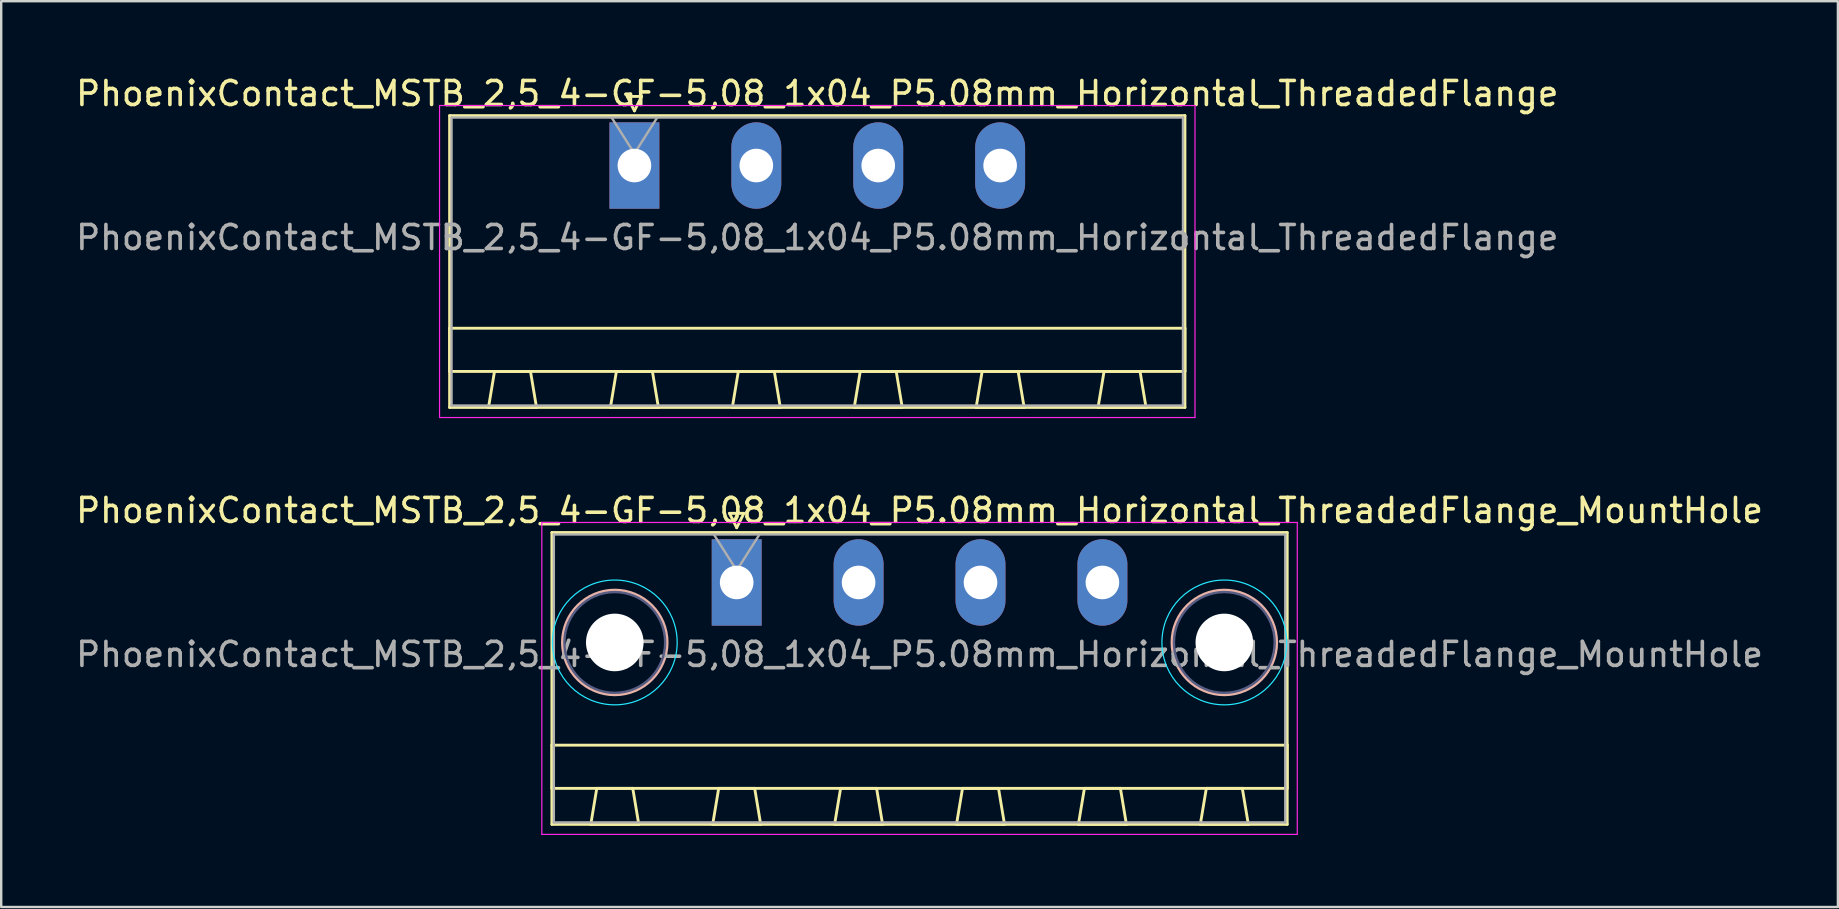
<source format=kicad_pcb>
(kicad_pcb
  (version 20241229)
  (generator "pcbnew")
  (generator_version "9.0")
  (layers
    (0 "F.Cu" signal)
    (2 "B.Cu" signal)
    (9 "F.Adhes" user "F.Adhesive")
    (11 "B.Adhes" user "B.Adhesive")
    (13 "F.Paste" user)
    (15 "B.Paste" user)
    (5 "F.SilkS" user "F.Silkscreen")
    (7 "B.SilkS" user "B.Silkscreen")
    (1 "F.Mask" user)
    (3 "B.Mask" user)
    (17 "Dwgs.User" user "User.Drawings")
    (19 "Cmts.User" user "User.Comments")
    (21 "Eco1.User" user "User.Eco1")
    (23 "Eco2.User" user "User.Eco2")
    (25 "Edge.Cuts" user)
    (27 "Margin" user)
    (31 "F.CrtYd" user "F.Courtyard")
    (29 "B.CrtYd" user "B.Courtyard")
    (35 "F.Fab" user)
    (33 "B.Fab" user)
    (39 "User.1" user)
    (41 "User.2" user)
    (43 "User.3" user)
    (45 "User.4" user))
  (footprint "PhoenixContact_MSTB_2,5_4-GF-5,08_1x04_P5.08mm_Horizontal_ThreadedFlange_MountHole"
    (layer "F.Cu")
    (at 27.648 21.221)
    (property "Reference" "PhoenixContact_MSTB_2,5_4-GF-5,08_1x04_P5.08mm_Horizontal_ThreadedFlange_MountHole" (at 7.62 -3 0) (layer "F.SilkS") (effects (font (size 1 1) (thickness 0.15))))
    (attr through_hole)
    (fp_line (start -7.7 -2.08) (end -7.7 10.08) (stroke (width 0.12) (type solid)) (layer "F.SilkS"))
    (fp_line (start -7.7 6.78) (end 22.94 6.78) (stroke (width 0.12) (type solid)) (layer "F.SilkS"))
    (fp_line (start -7.7 8.58) (end -7.7 6.78) (stroke (width 0.12) (type solid)) (layer "F.SilkS"))
    (fp_line (start -7.7 10.08) (end 22.94 10.08) (stroke (width 0.12) (type solid)) (layer "F.SilkS"))
    (fp_line (start -6.08 10.08) (end -4.08 10.08) (stroke (width 0.12) (type solid)) (layer "F.SilkS"))
    (fp_line (start -5.83 8.58) (end -6.08 10.08) (stroke (width 0.12) (type solid)) (layer "F.SilkS"))
    (fp_line (start -4.33 8.58) (end -5.83 8.58) (stroke (width 0.12) (type solid)) (layer "F.SilkS"))
    (fp_line (start -4.08 10.08) (end -4.33 8.58) (stroke (width 0.12) (type solid)) (layer "F.SilkS"))
    (fp_line (start -1 10.08) (end 1 10.08) (stroke (width 0.12) (type solid)) (layer "F.SilkS"))
    (fp_line (start -0.75 8.58) (end -1 10.08) (stroke (width 0.12) (type solid)) (layer "F.SilkS"))
    (fp_line (start -0.3 -2.88) (end 0.3 -2.88) (stroke (width 0.12) (type solid)) (layer "F.SilkS"))
    (fp_line (start 0 -2.28) (end -0.3 -2.88) (stroke (width 0.12) (type solid)) (layer "F.SilkS"))
    (fp_line (start 0.3 -2.88) (end 0 -2.28) (stroke (width 0.12) (type solid)) (layer "F.SilkS"))
    (fp_line (start 0.75 8.58) (end -0.75 8.58) (stroke (width 0.12) (type solid)) (layer "F.SilkS"))
    (fp_line (start 1 10.08) (end 0.75 8.58) (stroke (width 0.12) (type solid)) (layer "F.SilkS"))
    (fp_line (start 4.08 10.08) (end 6.08 10.08) (stroke (width 0.12) (type solid)) (layer "F.SilkS"))
    (fp_line (start 4.33 8.58) (end 4.08 10.08) (stroke (width 0.12) (type solid)) (layer "F.SilkS"))
    (fp_line (start 5.83 8.58) (end 4.33 8.58) (stroke (width 0.12) (type solid)) (layer "F.SilkS"))
    (fp_line (start 6.08 10.08) (end 5.83 8.58) (stroke (width 0.12) (type solid)) (layer "F.SilkS"))
    (fp_line (start 9.16 10.08) (end 11.16 10.08) (stroke (width 0.12) (type solid)) (layer "F.SilkS"))
    (fp_line (start 9.41 8.58) (end 9.16 10.08) (stroke (width 0.12) (type solid)) (layer "F.SilkS"))
    (fp_line (start 10.91 8.58) (end 9.41 8.58) (stroke (width 0.12) (type solid)) (layer "F.SilkS"))
    (fp_line (start 11.16 10.08) (end 10.91 8.58) (stroke (width 0.12) (type solid)) (layer "F.SilkS"))
    (fp_line (start 14.24 10.08) (end 16.24 10.08) (stroke (width 0.12) (type solid)) (layer "F.SilkS"))
    (fp_line (start 14.49 8.58) (end 14.24 10.08) (stroke (width 0.12) (type solid)) (layer "F.SilkS"))
    (fp_line (start 15.99 8.58) (end 14.49 8.58) (stroke (width 0.12) (type solid)) (layer "F.SilkS"))
    (fp_line (start 16.24 10.08) (end 15.99 8.58) (stroke (width 0.12) (type solid)) (layer "F.SilkS"))
    (fp_line (start 19.32 10.08) (end 21.32 10.08) (stroke (width 0.12) (type solid)) (layer "F.SilkS"))
    (fp_line (start 19.57 8.58) (end 19.32 10.08) (stroke (width 0.12) (type solid)) (layer "F.SilkS"))
    (fp_line (start 21.07 8.58) (end 19.57 8.58) (stroke (width 0.12) (type solid)) (layer "F.SilkS"))
    (fp_line (start 21.32 10.08) (end 21.07 8.58) (stroke (width 0.12) (type solid)) (layer "F.SilkS"))
    (fp_line (start 22.94 -2.08) (end -7.7 -2.08) (stroke (width 0.12) (type solid)) (layer "F.SilkS"))
    (fp_line (start 22.94 6.78) (end 22.94 8.58) (stroke (width 0.12) (type solid)) (layer "F.SilkS"))
    (fp_line (start 22.94 8.58) (end -7.7 8.58) (stroke (width 0.12) (type solid)) (layer "F.SilkS"))
    (fp_line (start 22.94 10.08) (end 22.94 -2.08) (stroke (width 0.12) (type solid)) (layer "F.SilkS"))
    (fp_circle (center -5.08 2.5) (end -2.9 2.5) (stroke (width 0.12) (type solid)) (fill no) (layer "B.SilkS"))
    (fp_circle (center 20.32 2.5) (end 22.5 2.5) (stroke (width 0.12) (type solid)) (fill no) (layer "B.SilkS"))
    (fp_circle (center -5.08 2.5) (end -2.48 2.5) (stroke (width 0.05) (type solid)) (fill no) (layer "B.CrtYd"))
    (fp_circle (center 20.32 2.5) (end 22.92 2.5) (stroke (width 0.05) (type solid)) (fill no) (layer "B.CrtYd"))
    (fp_line (start -8.12 -2.5) (end -8.12 10.5) (stroke (width 0.05) (type solid)) (layer "F.CrtYd"))
    (fp_line (start -8.12 10.5) (end 23.36 10.5) (stroke (width 0.05) (type solid)) (layer "F.CrtYd"))
    (fp_line (start 23.36 -2.5) (end -8.12 -2.5) (stroke (width 0.05) (type solid)) (layer "F.CrtYd"))
    (fp_line (start 23.36 10.5) (end 23.36 -2.5) (stroke (width 0.05) (type solid)) (layer "F.CrtYd"))
    (fp_circle (center -5.08 2.5) (end -2.98 2.5) (stroke (width 0.1) (type solid)) (fill no) (layer "B.Fab"))
    (fp_circle (center 20.32 2.5) (end 22.42 2.5) (stroke (width 0.1) (type solid)) (fill no) (layer "B.Fab"))
    (fp_line (start -7.62 -2) (end -7.62 10) (stroke (width 0.1) (type solid)) (layer "F.Fab"))
    (fp_line (start -7.62 10) (end 22.86 10) (stroke (width 0.1) (type solid)) (layer "F.Fab"))
    (fp_line (start 0 -0.5) (end -0.95 -2) (stroke (width 0.1) (type solid)) (layer "F.Fab"))
    (fp_line (start 0.95 -2) (end 0 -0.5) (stroke (width 0.1) (type solid)) (layer "F.Fab"))
    (fp_line (start 22.86 -2) (end -7.62 -2) (stroke (width 0.1) (type solid)) (layer "F.Fab"))
    (fp_line (start 22.86 10) (end 22.86 -2) (stroke (width 0.1) (type solid)) (layer "F.Fab"))
    (fp_text user "${REFERENCE}" (at 7.62 3 0) (layer "F.Fab") (effects (font (size 1 1) (thickness 0.15))))
    (pad "" np_thru_hole circle (at -5.08 2.5) (size 2.4 2.4) (drill 2.4) (layers "*.Cu" "*.Mask"))
    (pad "" np_thru_hole circle (at 20.32 2.5) (size 2.4 2.4) (drill 2.4) (layers "*.Cu" "*.Mask"))
    (pad "1" thru_hole rect (at 0 0) (size 2.08 3.6) (drill 1.4) (layers "*.Cu" "*.Mask"))
    (pad "2" thru_hole oval (at 5.08 0) (size 2.08 3.6) (drill 1.4) (layers "*.Cu" "*.Mask"))
    (pad "3" thru_hole oval (at 10.16 0) (size 2.08 3.6) (drill 1.4) (layers "*.Cu" "*.Mask"))
    (pad "4" thru_hole oval (at 15.24 0) (size 2.08 3.6) (drill 1.4) (layers "*.Cu" "*.Mask")))
  (footprint "PhoenixContact_MSTB_2,5_4-GF-5,08_1x04_P5.08mm_Horizontal_ThreadedFlange"
    (layer "F.Cu")
    (at 23.386 3.848)
    (property "Reference" "PhoenixContact_MSTB_2,5_4-GF-5,08_1x04_P5.08mm_Horizontal_ThreadedFlange" (at 7.62 -3 0) (layer "F.SilkS") (effects (font (size 1 1) (thickness 0.15))))
    (attr through_hole)
    (fp_line (start -7.7 -2.08) (end -7.7 10.08) (stroke (width 0.12) (type solid)) (layer "F.SilkS"))
    (fp_line (start -7.7 6.78) (end 22.94 6.78) (stroke (width 0.12) (type solid)) (layer "F.SilkS"))
    (fp_line (start -7.7 8.58) (end -7.7 6.78) (stroke (width 0.12) (type solid)) (layer "F.SilkS"))
    (fp_line (start -7.7 10.08) (end 22.94 10.08) (stroke (width 0.12) (type solid)) (layer "F.SilkS"))
    (fp_line (start -6.08 10.08) (end -4.08 10.08) (stroke (width 0.12) (type solid)) (layer "F.SilkS"))
    (fp_line (start -5.83 8.58) (end -6.08 10.08) (stroke (width 0.12) (type solid)) (layer "F.SilkS"))
    (fp_line (start -4.33 8.58) (end -5.83 8.58) (stroke (width 0.12) (type solid)) (layer "F.SilkS"))
    (fp_line (start -4.08 10.08) (end -4.33 8.58) (stroke (width 0.12) (type solid)) (layer "F.SilkS"))
    (fp_line (start -1 10.08) (end 1 10.08) (stroke (width 0.12) (type solid)) (layer "F.SilkS"))
    (fp_line (start -0.75 8.58) (end -1 10.08) (stroke (width 0.12) (type solid)) (layer "F.SilkS"))
    (fp_line (start -0.3 -2.88) (end 0.3 -2.88) (stroke (width 0.12) (type solid)) (layer "F.SilkS"))
    (fp_line (start 0 -2.28) (end -0.3 -2.88) (stroke (width 0.12) (type solid)) (layer "F.SilkS"))
    (fp_line (start 0.3 -2.88) (end 0 -2.28) (stroke (width 0.12) (type solid)) (layer "F.SilkS"))
    (fp_line (start 0.75 8.58) (end -0.75 8.58) (stroke (width 0.12) (type solid)) (layer "F.SilkS"))
    (fp_line (start 1 10.08) (end 0.75 8.58) (stroke (width 0.12) (type solid)) (layer "F.SilkS"))
    (fp_line (start 4.08 10.08) (end 6.08 10.08) (stroke (width 0.12) (type solid)) (layer "F.SilkS"))
    (fp_line (start 4.33 8.58) (end 4.08 10.08) (stroke (width 0.12) (type solid)) (layer "F.SilkS"))
    (fp_line (start 5.83 8.58) (end 4.33 8.58) (stroke (width 0.12) (type solid)) (layer "F.SilkS"))
    (fp_line (start 6.08 10.08) (end 5.83 8.58) (stroke (width 0.12) (type solid)) (layer "F.SilkS"))
    (fp_line (start 9.16 10.08) (end 11.16 10.08) (stroke (width 0.12) (type solid)) (layer "F.SilkS"))
    (fp_line (start 9.41 8.58) (end 9.16 10.08) (stroke (width 0.12) (type solid)) (layer "F.SilkS"))
    (fp_line (start 10.91 8.58) (end 9.41 8.58) (stroke (width 0.12) (type solid)) (layer "F.SilkS"))
    (fp_line (start 11.16 10.08) (end 10.91 8.58) (stroke (width 0.12) (type solid)) (layer "F.SilkS"))
    (fp_line (start 14.24 10.08) (end 16.24 10.08) (stroke (width 0.12) (type solid)) (layer "F.SilkS"))
    (fp_line (start 14.49 8.58) (end 14.24 10.08) (stroke (width 0.12) (type solid)) (layer "F.SilkS"))
    (fp_line (start 15.99 8.58) (end 14.49 8.58) (stroke (width 0.12) (type solid)) (layer "F.SilkS"))
    (fp_line (start 16.24 10.08) (end 15.99 8.58) (stroke (width 0.12) (type solid)) (layer "F.SilkS"))
    (fp_line (start 19.32 10.08) (end 21.32 10.08) (stroke (width 0.12) (type solid)) (layer "F.SilkS"))
    (fp_line (start 19.57 8.58) (end 19.32 10.08) (stroke (width 0.12) (type solid)) (layer "F.SilkS"))
    (fp_line (start 21.07 8.58) (end 19.57 8.58) (stroke (width 0.12) (type solid)) (layer "F.SilkS"))
    (fp_line (start 21.32 10.08) (end 21.07 8.58) (stroke (width 0.12) (type solid)) (layer "F.SilkS"))
    (fp_line (start 22.94 -2.08) (end -7.7 -2.08) (stroke (width 0.12) (type solid)) (layer "F.SilkS"))
    (fp_line (start 22.94 6.78) (end 22.94 8.58) (stroke (width 0.12) (type solid)) (layer "F.SilkS"))
    (fp_line (start 22.94 8.58) (end -7.7 8.58) (stroke (width 0.12) (type solid)) (layer "F.SilkS"))
    (fp_line (start 22.94 10.08) (end 22.94 -2.08) (stroke (width 0.12) (type solid)) (layer "F.SilkS"))
    (fp_line (start -8.12 -2.5) (end -8.12 10.5) (stroke (width 0.05) (type solid)) (layer "F.CrtYd"))
    (fp_line (start -8.12 10.5) (end 23.36 10.5) (stroke (width 0.05) (type solid)) (layer "F.CrtYd"))
    (fp_line (start 23.36 -2.5) (end -8.12 -2.5) (stroke (width 0.05) (type solid)) (layer "F.CrtYd"))
    (fp_line (start 23.36 10.5) (end 23.36 -2.5) (stroke (width 0.05) (type solid)) (layer "F.CrtYd"))
    (fp_line (start -7.62 -2) (end -7.62 10) (stroke (width 0.1) (type solid)) (layer "F.Fab"))
    (fp_line (start -7.62 10) (end 22.86 10) (stroke (width 0.1) (type solid)) (layer "F.Fab"))
    (fp_line (start 0 -0.5) (end -0.95 -2) (stroke (width 0.1) (type solid)) (layer "F.Fab"))
    (fp_line (start 0.95 -2) (end 0 -0.5) (stroke (width 0.1) (type solid)) (layer "F.Fab"))
    (fp_line (start 22.86 -2) (end -7.62 -2) (stroke (width 0.1) (type solid)) (layer "F.Fab"))
    (fp_line (start 22.86 10) (end 22.86 -2) (stroke (width 0.1) (type solid)) (layer "F.Fab"))
    (fp_text user "${REFERENCE}" (at 7.62 3 0) (layer "F.Fab") (effects (font (size 1 1) (thickness 0.15))))
    (pad "1" thru_hole rect (at 0 0) (size 2.08 3.6) (drill 1.4) (layers "*.Cu" "*.Mask"))
    (pad "2" thru_hole oval (at 5.08 0) (size 2.08 3.6) (drill 1.4) (layers "*.Cu" "*.Mask"))
    (pad "3" thru_hole oval (at 10.16 0) (size 2.08 3.6) (drill 1.4) (layers "*.Cu" "*.Mask"))
    (pad "4" thru_hole oval (at 15.24 0) (size 2.08 3.6) (drill 1.4) (layers "*.Cu" "*.Mask")))
  (gr_rect
    (start -3 -3)
    (end 73.536 34.746)
    (stroke (width 0.1) (type default))
    (fill no)
    (layer "Edge.Cuts")))
</source>
